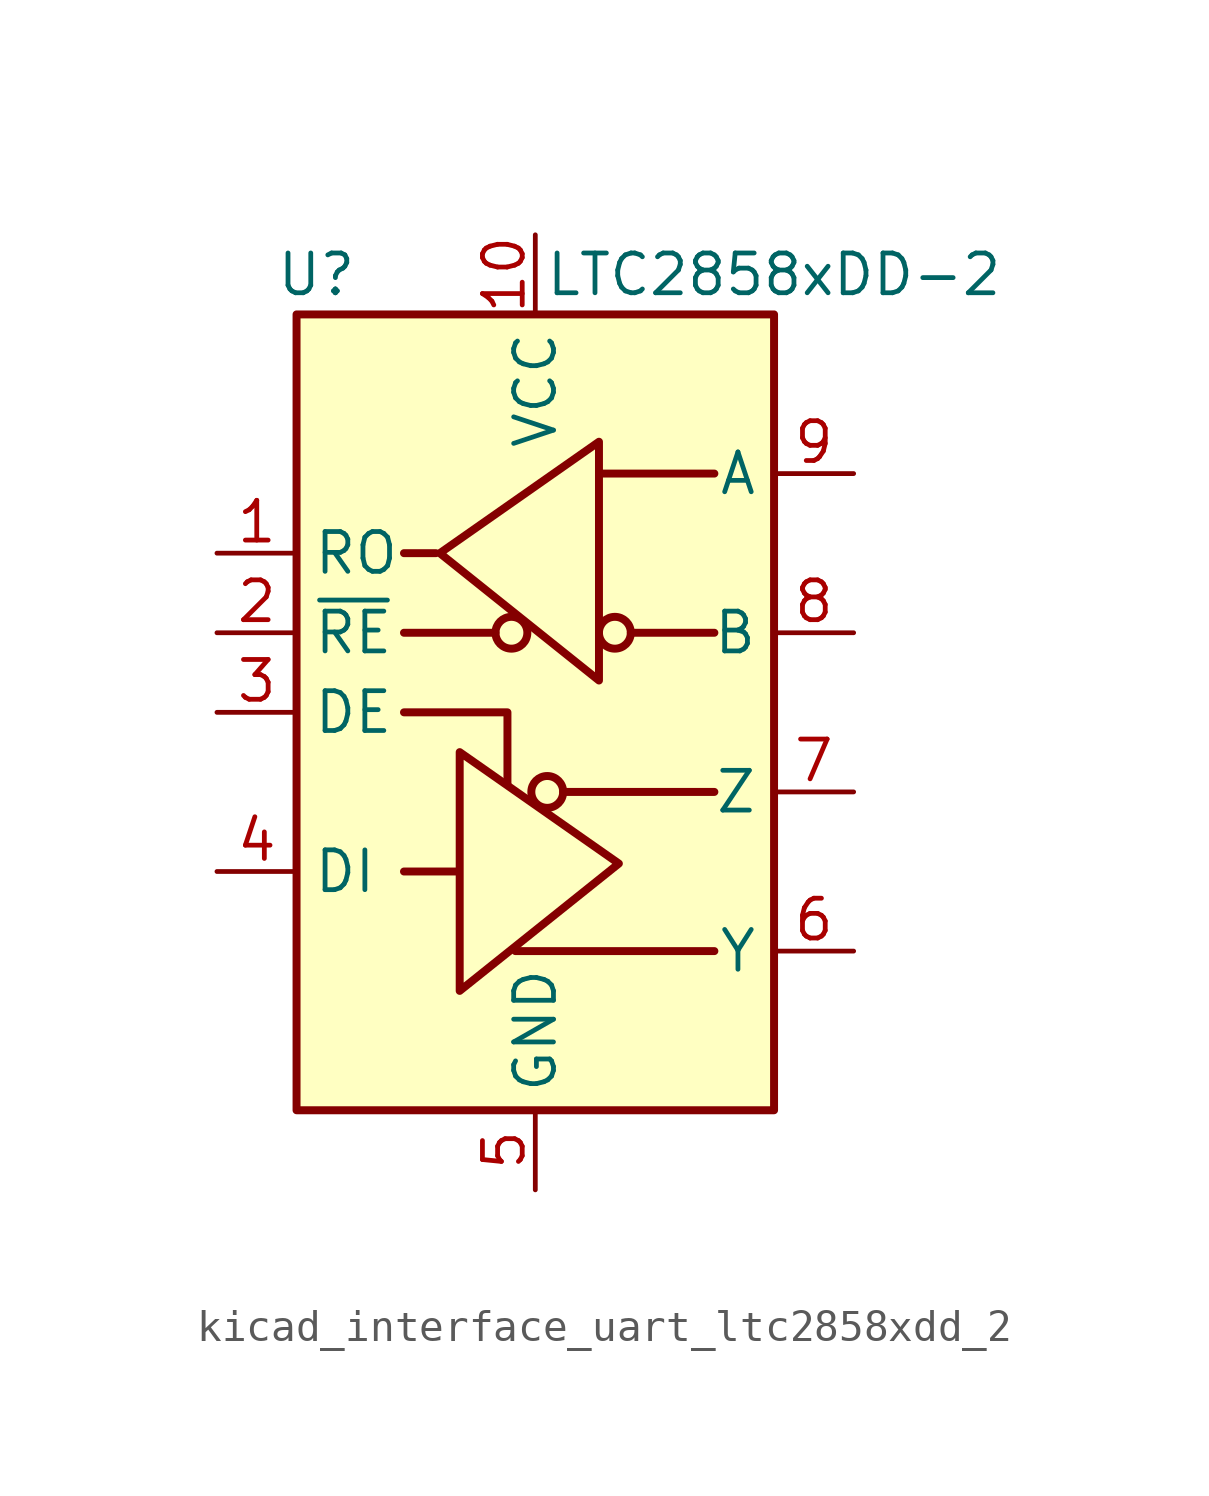
<source format=kicad_sym>
(kicad_symbol_lib
  (version 20220914)
  (generator kicad_symbol_editor)
  (symbol "kicad_interface_uart_ltc2858xdd_2"
    (property "Reference" "U"
      (at -6.985 13.97 0)
      (effects (font (size 1.27 1.27))))
    (property "Value" "LTC2858xDD-2"
      (at 7.62 13.97 0)
      (effects (font (size 1.27 1.27))))
    (symbol "kicad_interface_uart_ltc2858xdd_2_0_1"
      (rectangle (start -7.62 12.7) (end 7.62 -12.7) (stroke (width 0.254) (type default)) (fill (type background))))
    (symbol "kicad_interface_uart_ltc2858xdd_2_1_1"
      (circle (center -0.762 2.54) (radius 0.508) (stroke (width 0.254) (type default)) (fill (type none)))
      (polyline (pts (xy -4.191 2.54) (xy -1.27 2.54)) (stroke (width 0.254) (type default)) (fill (type none)))
      (polyline (pts (xy -2.54 -5.08) (xy -4.191 -5.08)) (stroke (width 0.254) (type default)) (fill (type none)))
      (polyline (pts (xy -0.635 -7.62) (xy 5.715 -7.62)) (stroke (width 0.254) (type default)) (fill (type none)))
      (polyline (pts (xy 0.889 -2.54) (xy 5.715 -2.54)) (stroke (width 0.254) (type default)) (fill (type none)))
      (polyline (pts (xy 2.032 7.62) (xy 5.715 7.62)) (stroke (width 0.254) (type default)) (fill (type none)))
      (polyline (pts (xy 3.048 2.54) (xy 5.715 2.54)) (stroke (width 0.254) (type default)) (fill (type none)))
      (polyline (pts (xy -4.191 0) (xy -0.889 0) (xy -0.889 -2.286)) (stroke (width 0.254) (type default)) (fill (type none)))
      (polyline (pts (xy -3.175 5.08) (xy -4.191 5.08) (xy -4.064 5.08)) (stroke (width 0.254) (type default)) (fill (type none)))
      (polyline (pts (xy -2.413 -5.08) (xy -2.413 -1.27) (xy 2.667 -4.826) (xy -2.413 -8.89) (xy -2.413 -5.08)) (stroke (width 0.254) (type default)) (fill (type none)))
      (polyline (pts (xy 2.032 4.826) (xy 2.032 8.636) (xy -3.048 5.08) (xy 2.032 1.016) (xy 2.032 4.826)) (stroke (width 0.254) (type default)) (fill (type none)))
      (circle (center 0.381 -2.54) (radius 0.508) (stroke (width 0.254) (type default)) (fill (type none)))
      (circle (center 2.54 2.54) (radius 0.508) (stroke (width 0.254) (type default)) (fill (type none)))
      (pin output line (at -10.16 5.08 0) (length 2.54) (name "RO" (effects (font (size 1.27 1.27)))) (number "1" (effects (font (size 1.27 1.27)))))
      (pin power_in line (at 0 15.24 270) (length 2.54) (name "VCC" (effects (font (size 1.27 1.27)))) (number "10" (effects (font (size 1.27 1.27)))))
      (pin passive line (at 0 -15.24 90) (length 2.54) hide (name "GND" (effects (font (size 1.27 1.27)))) (number "11" (effects (font (size 1.27 1.27)))))
      (pin input line (at -10.16 2.54 0) (length 2.54) (name "~{RE}" (effects (font (size 1.27 1.27)))) (number "2" (effects (font (size 1.27 1.27)))))
      (pin input line (at -10.16 0 0) (length 2.54) (name "DE" (effects (font (size 1.27 1.27)))) (number "3" (effects (font (size 1.27 1.27)))))
      (pin input line (at -10.16 -5.08 0) (length 2.54) (name "DI" (effects (font (size 1.27 1.27)))) (number "4" (effects (font (size 1.27 1.27)))))
      (pin power_in line (at 0 -15.24 90) (length 2.54) (name "GND" (effects (font (size 1.27 1.27)))) (number "5" (effects (font (size 1.27 1.27)))))
      (pin output line (at 10.16 -7.62 180) (length 2.54) (name "Y" (effects (font (size 1.27 1.27)))) (number "6" (effects (font (size 1.27 1.27)))))
      (pin output line (at 10.16 -2.54 180) (length 2.54) (name "Z" (effects (font (size 1.27 1.27)))) (number "7" (effects (font (size 1.27 1.27)))))
      (pin input line (at 10.16 2.54 180) (length 2.54) (name "B" (effects (font (size 1.27 1.27)))) (number "8" (effects (font (size 1.27 1.27)))))
      (pin input line (at 10.16 7.62 180) (length 2.54) (name "A" (effects (font (size 1.27 1.27)))) (number "9" (effects (font (size 1.27 1.27))))))))
</source>
